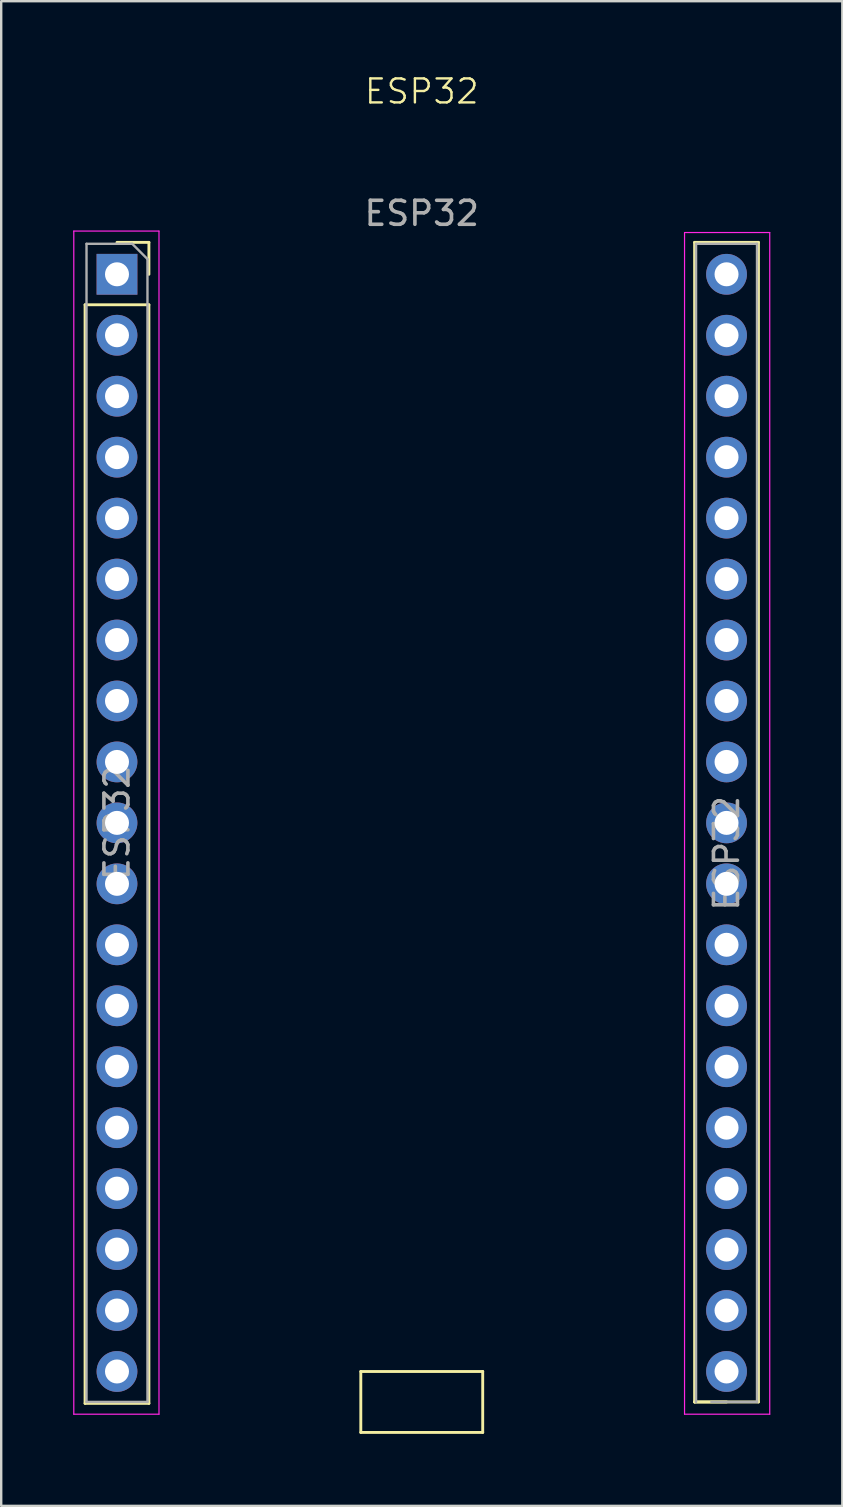
<source format=kicad_pcb>
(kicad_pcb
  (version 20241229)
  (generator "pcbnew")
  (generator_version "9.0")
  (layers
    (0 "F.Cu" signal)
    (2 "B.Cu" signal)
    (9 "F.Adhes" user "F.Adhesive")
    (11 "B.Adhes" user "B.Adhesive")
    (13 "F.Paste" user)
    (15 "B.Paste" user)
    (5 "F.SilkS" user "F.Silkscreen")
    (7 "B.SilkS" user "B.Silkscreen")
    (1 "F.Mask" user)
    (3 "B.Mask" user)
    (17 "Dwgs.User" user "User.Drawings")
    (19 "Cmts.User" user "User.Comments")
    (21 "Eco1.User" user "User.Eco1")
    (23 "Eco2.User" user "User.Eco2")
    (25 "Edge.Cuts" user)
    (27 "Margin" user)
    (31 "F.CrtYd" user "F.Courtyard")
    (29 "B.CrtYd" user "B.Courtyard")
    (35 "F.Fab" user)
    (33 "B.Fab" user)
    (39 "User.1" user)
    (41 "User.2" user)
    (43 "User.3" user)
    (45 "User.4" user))
  (footprint "ESP32"
    (layer "F.Cu")
    (at 1.825 8.38)
    (property "Reference" "ESP32" (at 12.7 -7.62 0) (unlocked yes) (layer "F.SilkS") (effects (font (size 1 1) (thickness 0.1))))
    (attr smd)
    (fp_line (start -1.33 1.27) (end -1.33 47.05) (stroke (width 0.12) (type solid)) (layer "F.SilkS"))
    (fp_line (start -1.33 1.27) (end 1.33 1.27) (stroke (width 0.12) (type solid)) (layer "F.SilkS"))
    (fp_line (start -1.33 47.05) (end 1.33 47.05) (stroke (width 0.12) (type solid)) (layer "F.SilkS"))
    (fp_line (start 0 -1.33) (end 1.33 -1.33) (stroke (width 0.12) (type solid)) (layer "F.SilkS"))
    (fp_line (start 1.33 -1.33) (end 1.33 0) (stroke (width 0.12) (type solid)) (layer "F.SilkS"))
    (fp_line (start 1.33 1.27) (end 1.33 47.05) (stroke (width 0.12) (type solid)) (layer "F.SilkS"))
    (fp_line (start 10.16 45.72) (end 10.16 48.26) (stroke (width 0.12) (type solid)) (layer "F.SilkS"))
    (fp_line (start 10.16 45.72) (end 15.24 45.72) (stroke (width 0.12) (type solid)) (layer "F.SilkS"))
    (fp_line (start 10.16 48.26) (end 15.24 48.26) (stroke (width 0.12) (type solid)) (layer "F.SilkS"))
    (fp_line (start 15.24 45.72) (end 15.24 48.26) (stroke (width 0.12) (type solid)) (layer "F.SilkS"))
    (fp_line (start 24.07 46.99) (end 24.07 -1.33) (stroke (width 0.12) (type solid)) (layer "F.SilkS"))
    (fp_line (start 24.07 46.99) (end 24.07 46.99) (stroke (width 0.12) (type solid)) (layer "F.SilkS"))
    (fp_line (start 25.4 46.99) (end 24.07 46.99) (stroke (width 0.12) (type solid)) (layer "F.SilkS"))
    (fp_line (start 26.73 -1.33) (end 24.07 -1.33) (stroke (width 0.12) (type solid)) (layer "F.SilkS"))
    (fp_line (start 26.73 46.99) (end 24.07 46.99) (stroke (width 0.12) (type solid)) (layer "F.SilkS"))
    (fp_line (start 26.73 46.99) (end 26.73 -1.33) (stroke (width 0.12) (type solid)) (layer "F.SilkS"))
    (fp_line (start -1.8 -1.8) (end 1.75 -1.8) (stroke (width 0.05) (type solid)) (layer "F.CrtYd"))
    (fp_line (start -1.8 47.5) (end -1.8 -1.8) (stroke (width 0.05) (type solid)) (layer "F.CrtYd"))
    (fp_line (start 1.75 -1.8) (end 1.75 47.5) (stroke (width 0.05) (type solid)) (layer "F.CrtYd"))
    (fp_line (start 1.75 47.5) (end -1.8 47.5) (stroke (width 0.05) (type solid)) (layer "F.CrtYd"))
    (fp_line (start 23.65 -1.74) (end 27.2 -1.74) (stroke (width 0.05) (type solid)) (layer "F.CrtYd"))
    (fp_line (start 23.65 47.5) (end 23.65 -1.74) (stroke (width 0.05) (type solid)) (layer "F.CrtYd"))
    (fp_line (start 27.2 -1.74) (end 27.2 47.5) (stroke (width 0.05) (type solid)) (layer "F.CrtYd"))
    (fp_line (start 27.2 47.5) (end 23.65 47.5) (stroke (width 0.05) (type solid)) (layer "F.CrtYd"))
    (fp_line (start -1.27 -1.27) (end 0.635 -1.27) (stroke (width 0.1) (type solid)) (layer "F.Fab"))
    (fp_line (start -1.27 46.99) (end -1.27 -1.27) (stroke (width 0.1) (type solid)) (layer "F.Fab"))
    (fp_line (start 0.635 -1.27) (end 1.27 -0.635) (stroke (width 0.1) (type solid)) (layer "F.Fab"))
    (fp_line (start 1.27 -0.635) (end 1.27 46.99) (stroke (width 0.1) (type solid)) (layer "F.Fab"))
    (fp_line (start 1.27 46.99) (end -1.27 46.99) (stroke (width 0.1) (type solid)) (layer "F.Fab"))
    (fp_line (start 24.13 -1.27) (end 26.67 -1.27) (stroke (width 0.1) (type solid)) (layer "F.Fab"))
    (fp_line (start 24.13 46.99) (end 24.13 -1.27) (stroke (width 0.1) (type solid)) (layer "F.Fab"))
    (fp_line (start 26.67 -1.27) (end 26.67 46.99) (stroke (width 0.1) (type solid)) (layer "F.Fab"))
    (fp_line (start 26.67 46.99) (end 24.765 46.99) (stroke (width 0.1) (type solid)) (layer "F.Fab"))
    (fp_text user "${REFERENCE}" (at 25.4 24.13 270) (layer "F.Fab") (effects (font (size 1 1) (thickness 0.15))))
    (fp_text user "${REFERENCE}" (at 0 22.86 90) (layer "F.Fab") (effects (font (size 1 1) (thickness 0.15))))
    (fp_text user "${REFERENCE}" (at 12.7 -2.54 0) (unlocked yes) (layer "F.Fab") (effects (font (size 1 1) (thickness 0.15))))
    (pad "1" thru_hole rect (at 0 0) (size 1.7 1.7) (drill 1) (layers "*.Cu" "*.Mask"))
    (pad "2" thru_hole oval (at 0 2.54) (size 1.7 1.7) (drill 1) (layers "*.Cu" "*.Mask"))
    (pad "3" thru_hole oval (at 0 5.08) (size 1.7 1.7) (drill 1) (layers "*.Cu" "*.Mask"))
    (pad "4" thru_hole oval (at 0 7.62) (size 1.7 1.7) (drill 1) (layers "*.Cu" "*.Mask"))
    (pad "5" thru_hole oval (at 0 10.16) (size 1.7 1.7) (drill 1) (layers "*.Cu" "*.Mask"))
    (pad "6" thru_hole oval (at 0 12.7) (size 1.7 1.7) (drill 1) (layers "*.Cu" "*.Mask"))
    (pad "7" thru_hole oval (at 0 15.24) (size 1.7 1.7) (drill 1) (layers "*.Cu" "*.Mask"))
    (pad "8" thru_hole oval (at 0 17.78) (size 1.7 1.7) (drill 1) (layers "*.Cu" "*.Mask"))
    (pad "9" thru_hole oval (at 0 20.32) (size 1.7 1.7) (drill 1) (layers "*.Cu" "*.Mask"))
    (pad "10" thru_hole oval (at 0 22.86) (size 1.7 1.7) (drill 1) (layers "*.Cu" "*.Mask"))
    (pad "11" thru_hole oval (at 0 25.4) (size 1.7 1.7) (drill 1) (layers "*.Cu" "*.Mask"))
    (pad "12" thru_hole oval (at 0 27.94) (size 1.7 1.7) (drill 1) (layers "*.Cu" "*.Mask"))
    (pad "13" thru_hole oval (at 0 30.48) (size 1.7 1.7) (drill 1) (layers "*.Cu" "*.Mask"))
    (pad "14" thru_hole oval (at 0 33.02) (size 1.7 1.7) (drill 1) (layers "*.Cu" "*.Mask"))
    (pad "15" thru_hole oval (at 0 35.56) (size 1.7 1.7) (drill 1) (layers "*.Cu" "*.Mask"))
    (pad "16" thru_hole oval (at 0 38.1) (size 1.7 1.7) (drill 1) (layers "*.Cu" "*.Mask"))
    (pad "17" thru_hole oval (at 0 40.64) (size 1.7 1.7) (drill 1) (layers "*.Cu" "*.Mask"))
    (pad "18" thru_hole oval (at 0 43.18) (size 1.7 1.7) (drill 1) (layers "*.Cu" "*.Mask"))
    (pad "19" thru_hole oval (at 0 45.72) (size 1.7 1.7) (drill 1) (layers "*.Cu" "*.Mask"))
    (pad "20" thru_hole oval (at 25.4 45.72 180) (size 1.7 1.7) (drill 1) (layers "*.Cu" "*.Mask"))
    (pad "21" thru_hole oval (at 25.4 43.18 180) (size 1.7 1.7) (drill 1) (layers "*.Cu" "*.Mask"))
    (pad "22" thru_hole oval (at 25.4 40.64 180) (size 1.7 1.7) (drill 1) (layers "*.Cu" "*.Mask"))
    (pad "23" thru_hole oval (at 25.4 38.1 180) (size 1.7 1.7) (drill 1) (layers "*.Cu" "*.Mask"))
    (pad "24" thru_hole oval (at 25.4 35.56 180) (size 1.7 1.7) (drill 1) (layers "*.Cu" "*.Mask"))
    (pad "25" thru_hole oval (at 25.4 33.02 180) (size 1.7 1.7) (drill 1) (layers "*.Cu" "*.Mask"))
    (pad "26" thru_hole oval (at 25.4 30.48 180) (size 1.7 1.7) (drill 1) (layers "*.Cu" "*.Mask"))
    (pad "27" thru_hole oval (at 25.4 27.94 180) (size 1.7 1.7) (drill 1) (layers "*.Cu" "*.Mask"))
    (pad "28" thru_hole oval (at 25.4 25.4 180) (size 1.7 1.7) (drill 1) (layers "*.Cu" "*.Mask"))
    (pad "29" thru_hole oval (at 25.4 22.86 180) (size 1.7 1.7) (drill 1) (layers "*.Cu" "*.Mask"))
    (pad "30" thru_hole oval (at 25.4 20.32 180) (size 1.7 1.7) (drill 1) (layers "*.Cu" "*.Mask"))
    (pad "31" thru_hole oval (at 25.4 17.78 180) (size 1.7 1.7) (drill 1) (layers "*.Cu" "*.Mask"))
    (pad "32" thru_hole oval (at 25.4 15.24 180) (size 1.7 1.7) (drill 1) (layers "*.Cu" "*.Mask"))
    (pad "33" thru_hole oval (at 25.4 12.7 180) (size 1.7 1.7) (drill 1) (layers "*.Cu" "*.Mask"))
    (pad "34" thru_hole oval (at 25.4 10.16 180) (size 1.7 1.7) (drill 1) (layers "*.Cu" "*.Mask"))
    (pad "35" thru_hole oval (at 25.4 7.62 180) (size 1.7 1.7) (drill 1) (layers "*.Cu" "*.Mask"))
    (pad "36" thru_hole oval (at 25.4 5.08 180) (size 1.7 1.7) (drill 1) (layers "*.Cu" "*.Mask"))
    (pad "37" thru_hole oval (at 25.4 2.54 180) (size 1.7 1.7) (drill 1) (layers "*.Cu" "*.Mask"))
    (pad "38" thru_hole oval (at 25.4 0 180) (size 1.7 1.7) (drill 1) (layers "*.Cu" "*.Mask")))
  (gr_rect
    (start -3 -3)
    (end 32.05 59.7)
    (stroke (width 0.1) (type default))
    (fill no)
    (layer "Edge.Cuts")))
</source>
